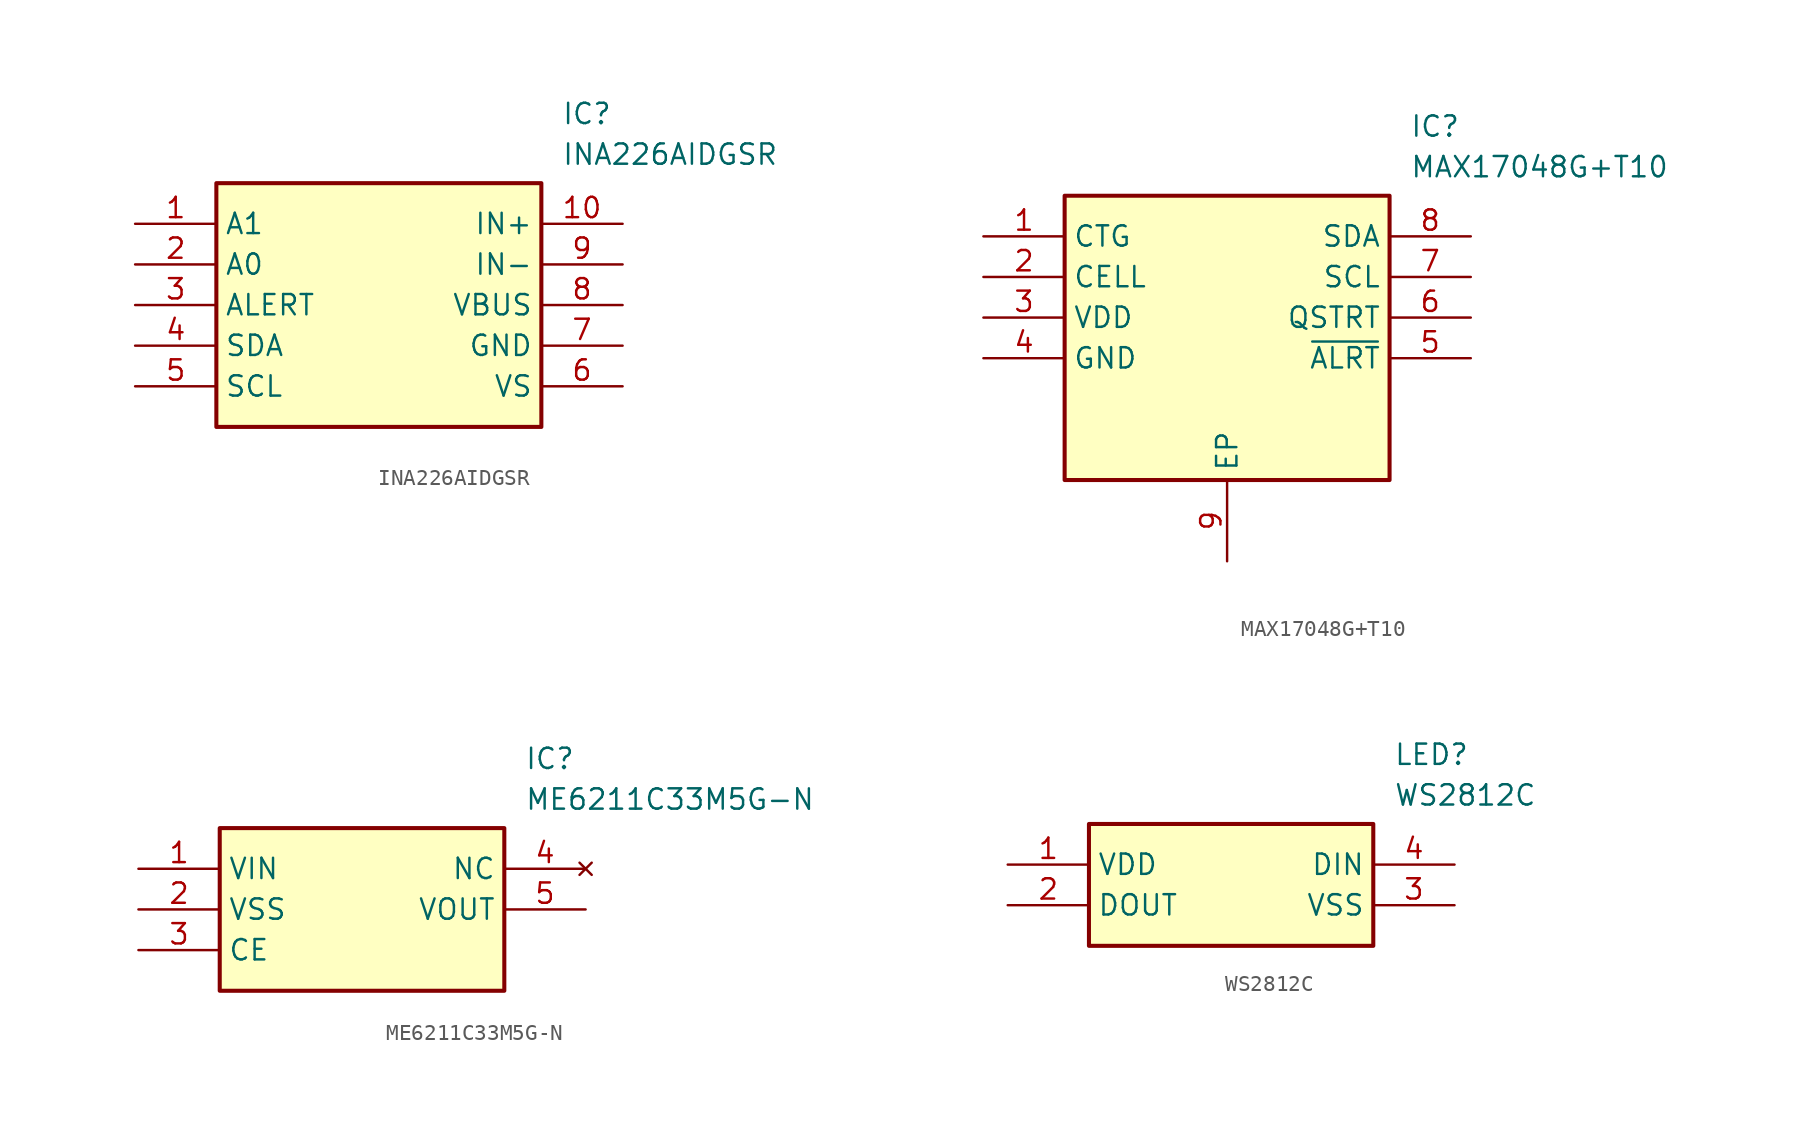
<source format=kicad_sym>
(kicad_symbol_lib
  (version 20231120)
  (generator "kicad_symbol_editor")
  (generator_version "8.0")
  (symbol "INA226AIDGSR"
    (property "Reference" "IC"
      (at 26.67 7.62 0)
      (effects (font (size 1.27 1.27)) (justify left top)))
    (property "Value" "INA226AIDGSR"
      (at 26.67 5.08 0)
      (effects (font (size 1.27 1.27)) (justify left top)))
    (symbol "INA226AIDGSR_1_1"
      (rectangle (start 5.08 2.54) (end 25.4 -12.7) (stroke (width 0.254) (type default)) (fill (type background)))
      (pin passive line (at 0 0 0) (length 5.08) (name "A1" (effects (font (size 1.27 1.27)))) (number "1" (effects (font (size 1.27 1.27)))))
      (pin passive line (at 30.48 0 180) (length 5.08) (name "IN+" (effects (font (size 1.27 1.27)))) (number "10" (effects (font (size 1.27 1.27)))))
      (pin passive line (at 0 -2.54 0) (length 5.08) (name "A0" (effects (font (size 1.27 1.27)))) (number "2" (effects (font (size 1.27 1.27)))))
      (pin passive line (at 0 -5.08 0) (length 5.08) (name "ALERT" (effects (font (size 1.27 1.27)))) (number "3" (effects (font (size 1.27 1.27)))))
      (pin passive line (at 0 -7.62 0) (length 5.08) (name "SDA" (effects (font (size 1.27 1.27)))) (number "4" (effects (font (size 1.27 1.27)))))
      (pin passive line (at 0 -10.16 0) (length 5.08) (name "SCL" (effects (font (size 1.27 1.27)))) (number "5" (effects (font (size 1.27 1.27)))))
      (pin passive line (at 30.48 -10.16 180) (length 5.08) (name "VS" (effects (font (size 1.27 1.27)))) (number "6" (effects (font (size 1.27 1.27)))))
      (pin passive line (at 30.48 -7.62 180) (length 5.08) (name "GND" (effects (font (size 1.27 1.27)))) (number "7" (effects (font (size 1.27 1.27)))))
      (pin passive line (at 30.48 -5.08 180) (length 5.08) (name "VBUS" (effects (font (size 1.27 1.27)))) (number "8" (effects (font (size 1.27 1.27)))))
      (pin passive line (at 30.48 -2.54 180) (length 5.08) (name "IN-" (effects (font (size 1.27 1.27)))) (number "9" (effects (font (size 1.27 1.27)))))))
  (symbol "MAX17048G+T10"
    (property "Reference" "IC"
      (at 26.67 7.62 0)
      (effects (font (size 1.27 1.27)) (justify left top)))
    (property "Value" "MAX17048G+T10"
      (at 26.67 5.08 0)
      (effects (font (size 1.27 1.27)) (justify left top)))
    (symbol "MAX17048G+T10_1_1"
      (rectangle (start 5.08 2.54) (end 25.4 -15.24) (stroke (width 0.254) (type default)) (fill (type background)))
      (pin passive line (at 0 0 0) (length 5.08) (name "CTG" (effects (font (size 1.27 1.27)))) (number "1" (effects (font (size 1.27 1.27)))))
      (pin passive line (at 0 -2.54 0) (length 5.08) (name "CELL" (effects (font (size 1.27 1.27)))) (number "2" (effects (font (size 1.27 1.27)))))
      (pin passive line (at 0 -5.08 0) (length 5.08) (name "VDD" (effects (font (size 1.27 1.27)))) (number "3" (effects (font (size 1.27 1.27)))))
      (pin passive line (at 0 -7.62 0) (length 5.08) (name "GND" (effects (font (size 1.27 1.27)))) (number "4" (effects (font (size 1.27 1.27)))))
      (pin passive line (at 30.48 -7.62 180) (length 5.08) (name "~{ALRT}" (effects (font (size 1.27 1.27)))) (number "5" (effects (font (size 1.27 1.27)))))
      (pin passive line (at 30.48 -5.08 180) (length 5.08) (name "QSTRT" (effects (font (size 1.27 1.27)))) (number "6" (effects (font (size 1.27 1.27)))))
      (pin passive line (at 30.48 -2.54 180) (length 5.08) (name "SCL" (effects (font (size 1.27 1.27)))) (number "7" (effects (font (size 1.27 1.27)))))
      (pin passive line (at 30.48 0 180) (length 5.08) (name "SDA" (effects (font (size 1.27 1.27)))) (number "8" (effects (font (size 1.27 1.27)))))
      (pin passive line (at 15.24 -20.32 90) (length 5.08) (name "EP" (effects (font (size 1.27 1.27)))) (number "9" (effects (font (size 1.27 1.27)))))))
  (symbol "ME6211C33M5G-N"
    (property "Reference" "IC"
      (at 24.13 7.62 0)
      (effects (font (size 1.27 1.27)) (justify left top)))
    (property "Value" "ME6211C33M5G-N"
      (at 24.13 5.08 0)
      (effects (font (size 1.27 1.27)) (justify left top)))
    (symbol "ME6211C33M5G-N_1_1"
      (rectangle (start 5.08 2.54) (end 22.86 -7.62) (stroke (width 0.254) (type default)) (fill (type background)))
      (pin passive line (at 0 0 0) (length 5.08) (name "VIN" (effects (font (size 1.27 1.27)))) (number "1" (effects (font (size 1.27 1.27)))))
      (pin passive line (at 0 -2.54 0) (length 5.08) (name "VSS" (effects (font (size 1.27 1.27)))) (number "2" (effects (font (size 1.27 1.27)))))
      (pin passive line (at 0 -5.08 0) (length 5.08) (name "CE" (effects (font (size 1.27 1.27)))) (number "3" (effects (font (size 1.27 1.27)))))
      (pin no_connect line (at 27.94 0 180) (length 5.08) (name "NC" (effects (font (size 1.27 1.27)))) (number "4" (effects (font (size 1.27 1.27)))))
      (pin passive line (at 27.94 -2.54 180) (length 5.08) (name "VOUT" (effects (font (size 1.27 1.27)))) (number "5" (effects (font (size 1.27 1.27)))))))
  (symbol "WS2812C"
    (property "Reference" "LED"
      (at 24.13 7.62 0)
      (effects (font (size 1.27 1.27)) (justify left top)))
    (property "Value" "WS2812C"
      (at 24.13 5.08 0)
      (effects (font (size 1.27 1.27)) (justify left top)))
    (rectangle
      (start 5.08 2.54)
      (end 22.86 -5.08)
      (stroke (width 0.254) (type default))
      (fill (type background)))
    (pin passive line
      (at 0 0 0)
      (length 5.08)
      (name "VDD" (effects (font (size 1.27 1.27))))
      (number "1" (effects (font (size 1.27 1.27)))))
    (pin passive line
      (at 0 -2.54 0)
      (length 5.08)
      (name "DOUT" (effects (font (size 1.27 1.27))))
      (number "2" (effects (font (size 1.27 1.27)))))
    (pin passive line
      (at 27.94 -2.54 180)
      (length 5.08)
      (name "VSS" (effects (font (size 1.27 1.27))))
      (number "3" (effects (font (size 1.27 1.27)))))
    (pin passive line
      (at 27.94 0 180)
      (length 5.08)
      (name "DIN" (effects (font (size 1.27 1.27))))
      (number "4" (effects (font (size 1.27 1.27)))))))
</source>
